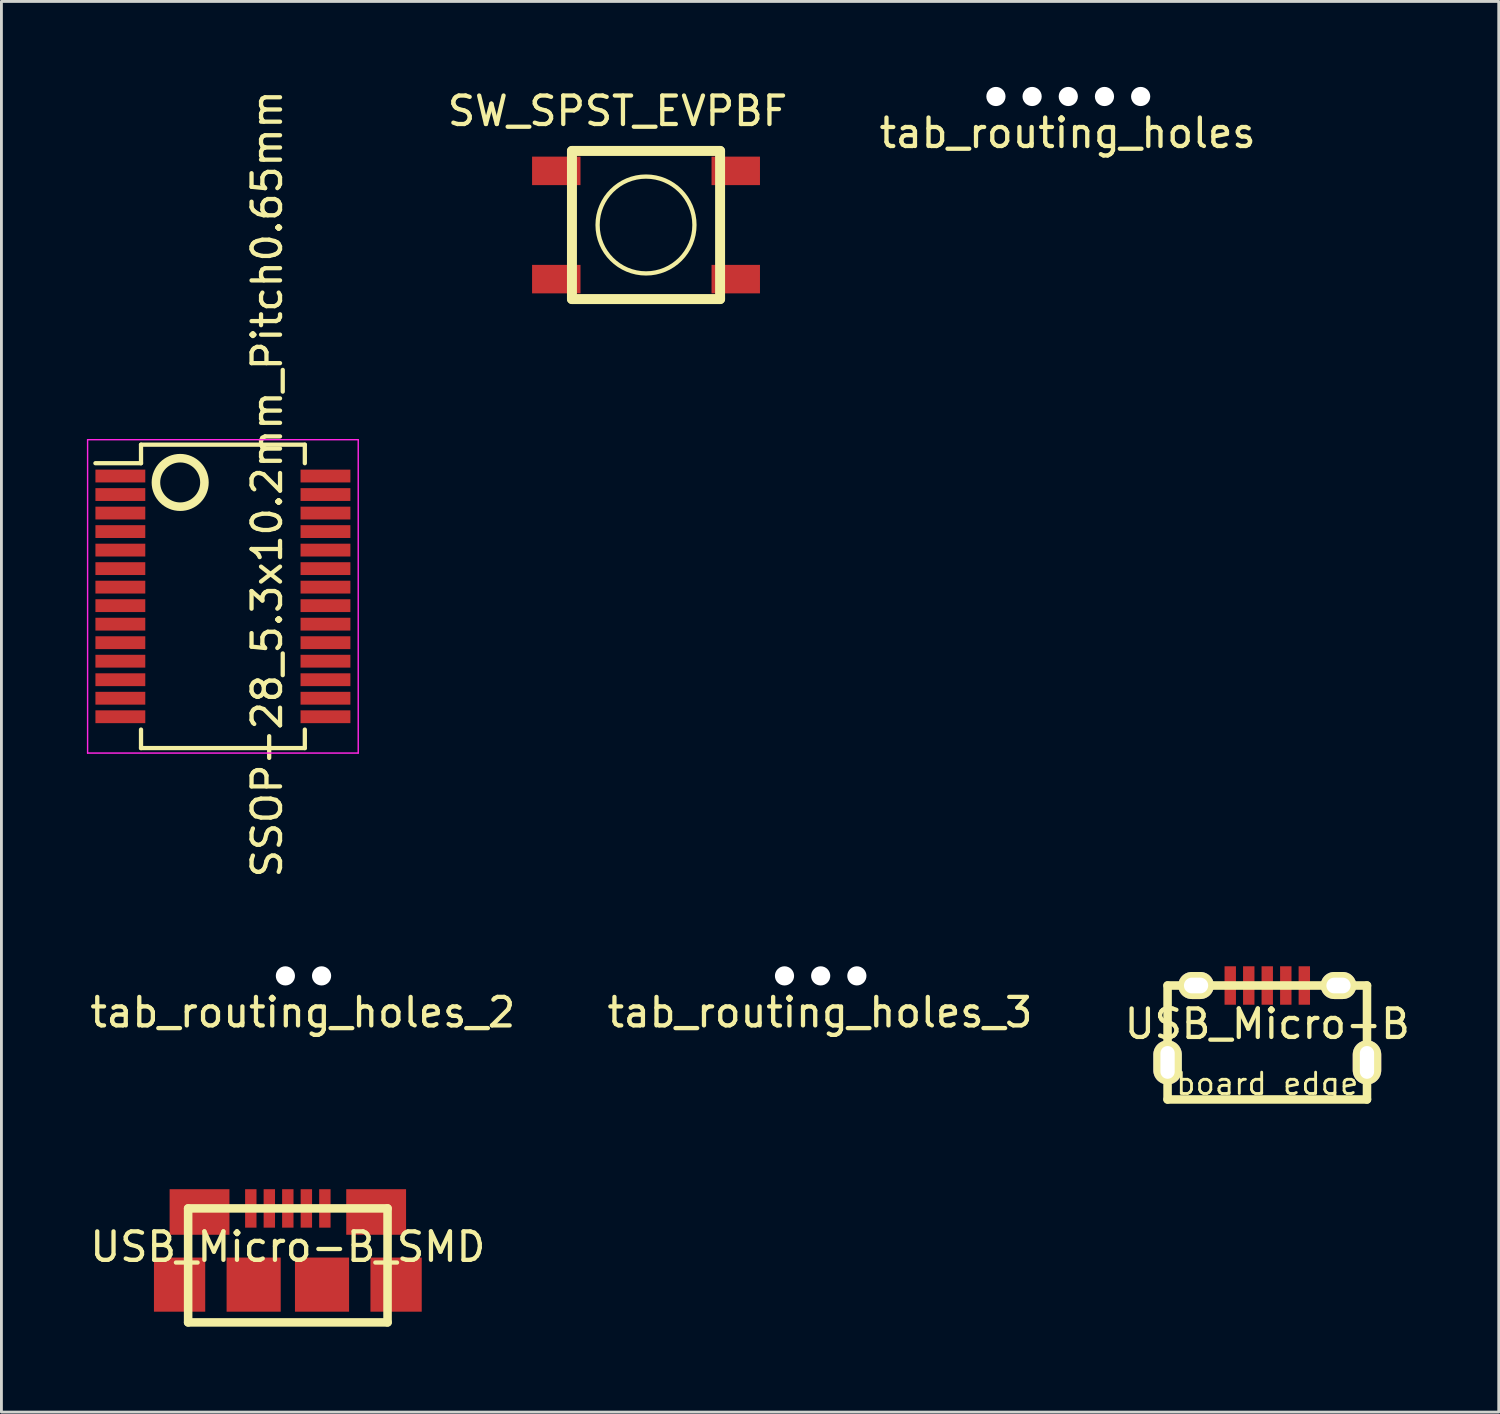
<source format=kicad_pcb>
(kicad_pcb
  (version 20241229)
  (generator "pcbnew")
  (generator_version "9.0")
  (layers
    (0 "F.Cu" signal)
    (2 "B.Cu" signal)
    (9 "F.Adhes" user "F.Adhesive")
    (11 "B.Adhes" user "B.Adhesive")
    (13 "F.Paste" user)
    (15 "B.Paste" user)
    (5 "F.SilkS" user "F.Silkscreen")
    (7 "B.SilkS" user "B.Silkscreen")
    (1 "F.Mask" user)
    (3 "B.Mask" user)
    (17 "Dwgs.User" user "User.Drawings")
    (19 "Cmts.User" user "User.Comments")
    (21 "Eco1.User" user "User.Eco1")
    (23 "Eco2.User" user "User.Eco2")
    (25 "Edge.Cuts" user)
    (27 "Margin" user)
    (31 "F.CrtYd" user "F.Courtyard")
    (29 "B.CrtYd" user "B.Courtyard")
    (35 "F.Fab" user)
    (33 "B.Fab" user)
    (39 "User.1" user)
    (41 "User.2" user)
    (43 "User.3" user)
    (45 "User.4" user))
  (footprint "SSOP-28_5.3x10.2mm_Pitch0.65mm"
    (layer "F.Cu")
    (at 4.775 17.885)
    (property "Reference" "SSOP-28_5.3x10.2mm_Pitch0.65mm" (at 1.55 -3.95 90) (layer "F.SilkS") (effects (font (size 1 1) (thickness 0.15))))
    (attr smd)
    (fp_line (start -2.875 -5.325) (end -2.875 -4.675) (stroke (width 0.15) (type solid)) (layer "F.SilkS"))
    (fp_line (start -2.875 -5.325) (end 2.875 -5.325) (stroke (width 0.15) (type solid)) (layer "F.SilkS"))
    (fp_line (start -2.875 -4.675) (end -4.475 -4.675) (stroke (width 0.15) (type solid)) (layer "F.SilkS"))
    (fp_line (start -2.875 5.325) (end -2.875 4.675) (stroke (width 0.15) (type solid)) (layer "F.SilkS"))
    (fp_line (start -2.875 5.325) (end 2.875 5.325) (stroke (width 0.15) (type solid)) (layer "F.SilkS"))
    (fp_line (start 2.875 -5.325) (end 2.875 -4.675) (stroke (width 0.15) (type solid)) (layer "F.SilkS"))
    (fp_line (start 2.875 5.325) (end 2.875 4.675) (stroke (width 0.15) (type solid)) (layer "F.SilkS"))
    (fp_circle (center -1.5 -4) (end -2.05 -4.65) (stroke (width 0.3) (type solid)) (fill no) (layer "F.SilkS"))
    (fp_line (start -4.75 -5.5) (end -4.75 5.5) (stroke (width 0.05) (type solid)) (layer "F.CrtYd"))
    (fp_line (start -4.75 -5.5) (end 4.75 -5.5) (stroke (width 0.05) (type solid)) (layer "F.CrtYd"))
    (fp_line (start -4.75 5.5) (end 4.75 5.5) (stroke (width 0.05) (type solid)) (layer "F.CrtYd"))
    (fp_line (start 4.75 -5.5) (end 4.75 5.5) (stroke (width 0.05) (type solid)) (layer "F.CrtYd"))
    (pad "1" smd rect (at -3.6 -4.225) (size 1.75 0.45) (layers "F.Cu" "F.Mask" "F.Paste"))
    (pad "2" smd rect (at -3.6 -3.575) (size 1.75 0.45) (layers "F.Cu" "F.Mask" "F.Paste"))
    (pad "3" smd rect (at -3.6 -2.925) (size 1.75 0.45) (layers "F.Cu" "F.Mask" "F.Paste"))
    (pad "4" smd rect (at -3.6 -2.275) (size 1.75 0.45) (layers "F.Cu" "F.Mask" "F.Paste"))
    (pad "5" smd rect (at -3.6 -1.625) (size 1.75 0.45) (layers "F.Cu" "F.Mask" "F.Paste"))
    (pad "6" smd rect (at -3.6 -0.975) (size 1.75 0.45) (layers "F.Cu" "F.Mask" "F.Paste"))
    (pad "7" smd rect (at -3.6 -0.325) (size 1.75 0.45) (layers "F.Cu" "F.Mask" "F.Paste"))
    (pad "8" smd rect (at -3.6 0.325) (size 1.75 0.45) (layers "F.Cu" "F.Mask" "F.Paste"))
    (pad "9" smd rect (at -3.6 0.975) (size 1.75 0.45) (layers "F.Cu" "F.Mask" "F.Paste"))
    (pad "10" smd rect (at -3.6 1.625) (size 1.75 0.45) (layers "F.Cu" "F.Mask" "F.Paste"))
    (pad "11" smd rect (at -3.6 2.275) (size 1.75 0.45) (layers "F.Cu" "F.Mask" "F.Paste"))
    (pad "12" smd rect (at -3.6 2.925) (size 1.75 0.45) (layers "F.Cu" "F.Mask" "F.Paste"))
    (pad "13" smd rect (at -3.6 3.575) (size 1.75 0.45) (layers "F.Cu" "F.Mask" "F.Paste"))
    (pad "14" smd rect (at -3.6 4.225) (size 1.75 0.45) (layers "F.Cu" "F.Mask" "F.Paste"))
    (pad "15" smd rect (at 3.6 4.225) (size 1.75 0.45) (layers "F.Cu" "F.Mask" "F.Paste"))
    (pad "16" smd rect (at 3.6 3.575) (size 1.75 0.45) (layers "F.Cu" "F.Mask" "F.Paste"))
    (pad "17" smd rect (at 3.6 2.925) (size 1.75 0.45) (layers "F.Cu" "F.Mask" "F.Paste"))
    (pad "18" smd rect (at 3.6 2.275) (size 1.75 0.45) (layers "F.Cu" "F.Mask" "F.Paste"))
    (pad "19" smd rect (at 3.6 1.625) (size 1.75 0.45) (layers "F.Cu" "F.Mask" "F.Paste"))
    (pad "20" smd rect (at 3.6 0.975) (size 1.75 0.45) (layers "F.Cu" "F.Mask" "F.Paste"))
    (pad "21" smd rect (at 3.6 0.325) (size 1.75 0.45) (layers "F.Cu" "F.Mask" "F.Paste"))
    (pad "22" smd rect (at 3.6 -0.325) (size 1.75 0.45) (layers "F.Cu" "F.Mask" "F.Paste"))
    (pad "23" smd rect (at 3.6 -0.975) (size 1.75 0.45) (layers "F.Cu" "F.Mask" "F.Paste"))
    (pad "24" smd rect (at 3.6 -1.625) (size 1.75 0.45) (layers "F.Cu" "F.Mask" "F.Paste"))
    (pad "25" smd rect (at 3.6 -2.275) (size 1.75 0.45) (layers "F.Cu" "F.Mask" "F.Paste"))
    (pad "26" smd rect (at 3.6 -2.925) (size 1.75 0.45) (layers "F.Cu" "F.Mask" "F.Paste"))
    (pad "27" smd rect (at 3.6 -3.575) (size 1.75 0.45) (layers "F.Cu" "F.Mask" "F.Paste"))
    (pad "28" smd rect (at 3.6 -4.225) (size 1.75 0.45) (layers "F.Cu" "F.Mask" "F.Paste")))
  (footprint "USB_Micro-B"
    (layer "F.Cu")
    (at 41.435 31.544)
    (property "Reference" "USB_Micro-B" (at 0 1.35 0) (layer "F.SilkS") (effects (font (size 1 1) (thickness 0.15))))
    (attr smd)
    (fp_line (start -3.5 0) (end 3.5 0) (stroke (width 0.3) (type solid)) (layer "F.SilkS"))
    (fp_line (start -3.5 4) (end -3.5 0) (stroke (width 0.3) (type solid)) (layer "F.SilkS"))
    (fp_line (start 3.5 0) (end 3.5 4) (stroke (width 0.3) (type solid)) (layer "F.SilkS"))
    (fp_line (start 3.5 4) (end -3.5 4) (stroke (width 0.3) (type solid)) (layer "F.SilkS"))
    (fp_text user "board edge" (at 0 3.45 0) (layer "F.SilkS") (effects (font (size 0.75 0.75) (thickness 0.1))))
    (pad "1" smd rect (at -1.3 0 90) (size 1.35 0.4) (layers "F.Cu" "F.Mask" "F.Paste"))
    (pad "2" smd rect (at -0.65 0 90) (size 1.35 0.4) (layers "F.Cu" "F.Mask" "F.Paste"))
    (pad "3" smd rect (at -0.001 0 90) (size 1.35 0.4) (layers "F.Cu" "F.Mask" "F.Paste"))
    (pad "4" smd rect (at 0.65 0 90) (size 1.35 0.4) (layers "F.Cu" "F.Mask" "F.Paste"))
    (pad "5" smd rect (at 1.3 0 90) (size 1.35 0.4) (layers "F.Cu" "F.Mask" "F.Paste"))
    (pad "6" thru_hole oval (at -3.5 2.7 90) (size 1.55 1) (drill oval 1.15 0.5) (layers "*.Cu" "*.Mask" "F.SilkS"))
    (pad "6" thru_hole oval (at -2.5 0 90) (size 0.95 1.25) (drill oval 0.55 0.85) (layers "*.Cu" "*.Mask" "F.SilkS"))
    (pad "6" thru_hole oval (at 2.5 0 90) (size 0.95 1.25) (drill oval 0.55 0.85) (layers "*.Cu" "*.Mask" "F.SilkS"))
    (pad "6" thru_hole oval (at 3.5 2.7 90) (size 1.55 1) (drill oval 1.15 0.5) (layers "*.Cu" "*.Mask" "F.SilkS")))
  (footprint "SW_SPST_EVPBF"
    (layer "F.Cu")
    (at 19.627 4.848)
    (property "Reference" "SW_SPST_EVPBF" (at -1 -4 0) (layer "F.SilkS") (effects (font (size 1 1) (thickness 0.15))))
    (attr smd)
    (fp_line (start -2.6 -2.6) (end 2.6 -2.6) (stroke (width 0.35) (type solid)) (layer "F.SilkS"))
    (fp_line (start -2.6 2.6) (end -2.6 -2.6) (stroke (width 0.35) (type solid)) (layer "F.SilkS"))
    (fp_line (start 2.6 -2.6) (end 2.6 2.6) (stroke (width 0.35) (type solid)) (layer "F.SilkS"))
    (fp_line (start 2.6 2.6) (end -2.6 2.6) (stroke (width 0.35) (type solid)) (layer "F.SilkS"))
    (fp_circle (center 0 0) (end 1.7 0) (stroke (width 0.15) (type solid)) (fill no) (layer "F.SilkS"))
    (pad "1" smd rect (at -3.15 -1.9) (size 1.7 1) (layers "F.Cu" "F.Mask" "F.Paste"))
    (pad "1" smd rect (at 3.15 -1.9) (size 1.7 1) (layers "F.Cu" "F.Mask" "F.Paste"))
    (pad "2" smd rect (at -3.15 1.9) (size 1.7 1) (layers "F.Cu" "F.Mask" "F.Paste"))
    (pad "2" smd rect (at 3.15 1.9) (size 1.7 1) (layers "F.Cu" "F.Mask" "F.Paste")))
  (footprint "tab_routing_holes_3"
    (layer "F.Cu")
    (at 25.758 31.206)
    (property "Reference" "tab_routing_holes_3" (at -0.025 1.283 0) (layer "F.SilkS") (effects (font (size 1 1) (thickness 0.15))))
    (attr through_hole)
    (pad "" np_thru_hole circle (at -1.27 0) (size 0.673 0.673) (drill 0.673) (layers "*.Cu"))
    (pad "" np_thru_hole circle (at 0 0) (size 0.673 0.673) (drill 0.673) (layers "*.Cu"))
    (pad "" np_thru_hole circle (at 1.27 0) (size 0.673 0.673) (drill 0.673) (layers "*.Cu")))
  (footprint "USB_Micro-B_SMD"
    (layer "F.Cu")
    (at 7.054 39.369)
    (property "Reference" "USB_Micro-B_SMD" (at 0 1.35 0) (layer "F.SilkS") (effects (font (size 1 1) (thickness 0.15))))
    (attr smd)
    (fp_line (start -3.5 0) (end 3.5 0) (stroke (width 0.3) (type solid)) (layer "F.SilkS"))
    (fp_line (start -3.5 4) (end -3.5 0) (stroke (width 0.3) (type solid)) (layer "F.SilkS"))
    (fp_line (start 3.5 0) (end 3.5 4) (stroke (width 0.3) (type solid)) (layer "F.SilkS"))
    (fp_line (start 3.5 4) (end -3.5 4) (stroke (width 0.3) (type solid)) (layer "F.SilkS"))
    (pad "1" smd rect (at -1.3 0 90) (size 1.35 0.4) (layers "F.Cu" "F.Mask" "F.Paste"))
    (pad "2" smd rect (at -0.65 0 90) (size 1.35 0.4) (layers "F.Cu" "F.Mask" "F.Paste"))
    (pad "3" smd rect (at -0.001 0 90) (size 1.35 0.4) (layers "F.Cu" "F.Mask" "F.Paste"))
    (pad "4" smd rect (at 0.65 0 90) (size 1.35 0.4) (layers "F.Cu" "F.Mask" "F.Paste"))
    (pad "5" smd rect (at -3.8 2.675) (size 1.8 1.9) (layers "F.Cu" "F.Mask" "F.Paste"))
    (pad "5" smd rect (at -3.1 0.125) (size 2.1 1.6) (layers "F.Cu" "F.Mask" "F.Paste"))
    (pad "5" smd rect (at -1.2 2.675) (size 1.9 1.9) (layers "F.Cu" "F.Mask" "F.Paste"))
    (pad "5" smd rect (at 1.2 2.675) (size 1.9 1.9) (layers "F.Cu" "F.Mask" "F.Paste"))
    (pad "5" smd rect (at 1.3 0 90) (size 1.35 0.4) (layers "F.Cu" "F.Mask" "F.Paste"))
    (pad "5" smd rect (at 3.1 0.125) (size 2.1 1.6) (layers "F.Cu" "F.Mask" "F.Paste"))
    (pad "5" smd rect (at 3.8 2.675) (size 1.8 1.9) (layers "F.Cu" "F.Mask" "F.Paste")))
  (footprint "tab_routing_holes_2"
    (layer "F.Cu")
    (at 7.603 31.206)
    (property "Reference" "tab_routing_holes_2" (at -0.025 1.283 0) (layer "F.SilkS") (effects (font (size 1 1) (thickness 0.15))))
    (attr through_hole)
    (pad "" np_thru_hole circle (at -0.635 0) (size 0.673 0.673) (drill 0.673) (layers "*.Cu"))
    (pad "" np_thru_hole circle (at 0.635 0) (size 0.673 0.673) (drill 0.673) (layers "*.Cu")))
  (footprint "tab_routing_holes"
    (layer "F.Cu")
    (at 34.45 0.337)
    (property "Reference" "tab_routing_holes" (at -0.025 1.283 0) (layer "F.SilkS") (effects (font (size 1 1) (thickness 0.15))))
    (attr through_hole)
    (pad "" np_thru_hole circle (at -2.54 0) (size 0.673 0.673) (drill 0.673) (layers "*.Cu"))
    (pad "" np_thru_hole circle (at -1.27 0) (size 0.673 0.673) (drill 0.673) (layers "*.Cu"))
    (pad "" np_thru_hole circle (at 0 0) (size 0.673 0.673) (drill 0.673) (layers "*.Cu"))
    (pad "" np_thru_hole circle (at 1.27 0) (size 0.673 0.673) (drill 0.673) (layers "*.Cu"))
    (pad "" np_thru_hole circle (at 2.54 0) (size 0.673 0.673) (drill 0.673) (layers "*.Cu")))
  (gr_rect
    (start -3 -3)
    (end 49.56 46.519)
    (stroke (width 0.1) (type default))
    (fill no)
    (layer "Edge.Cuts")))
</source>
